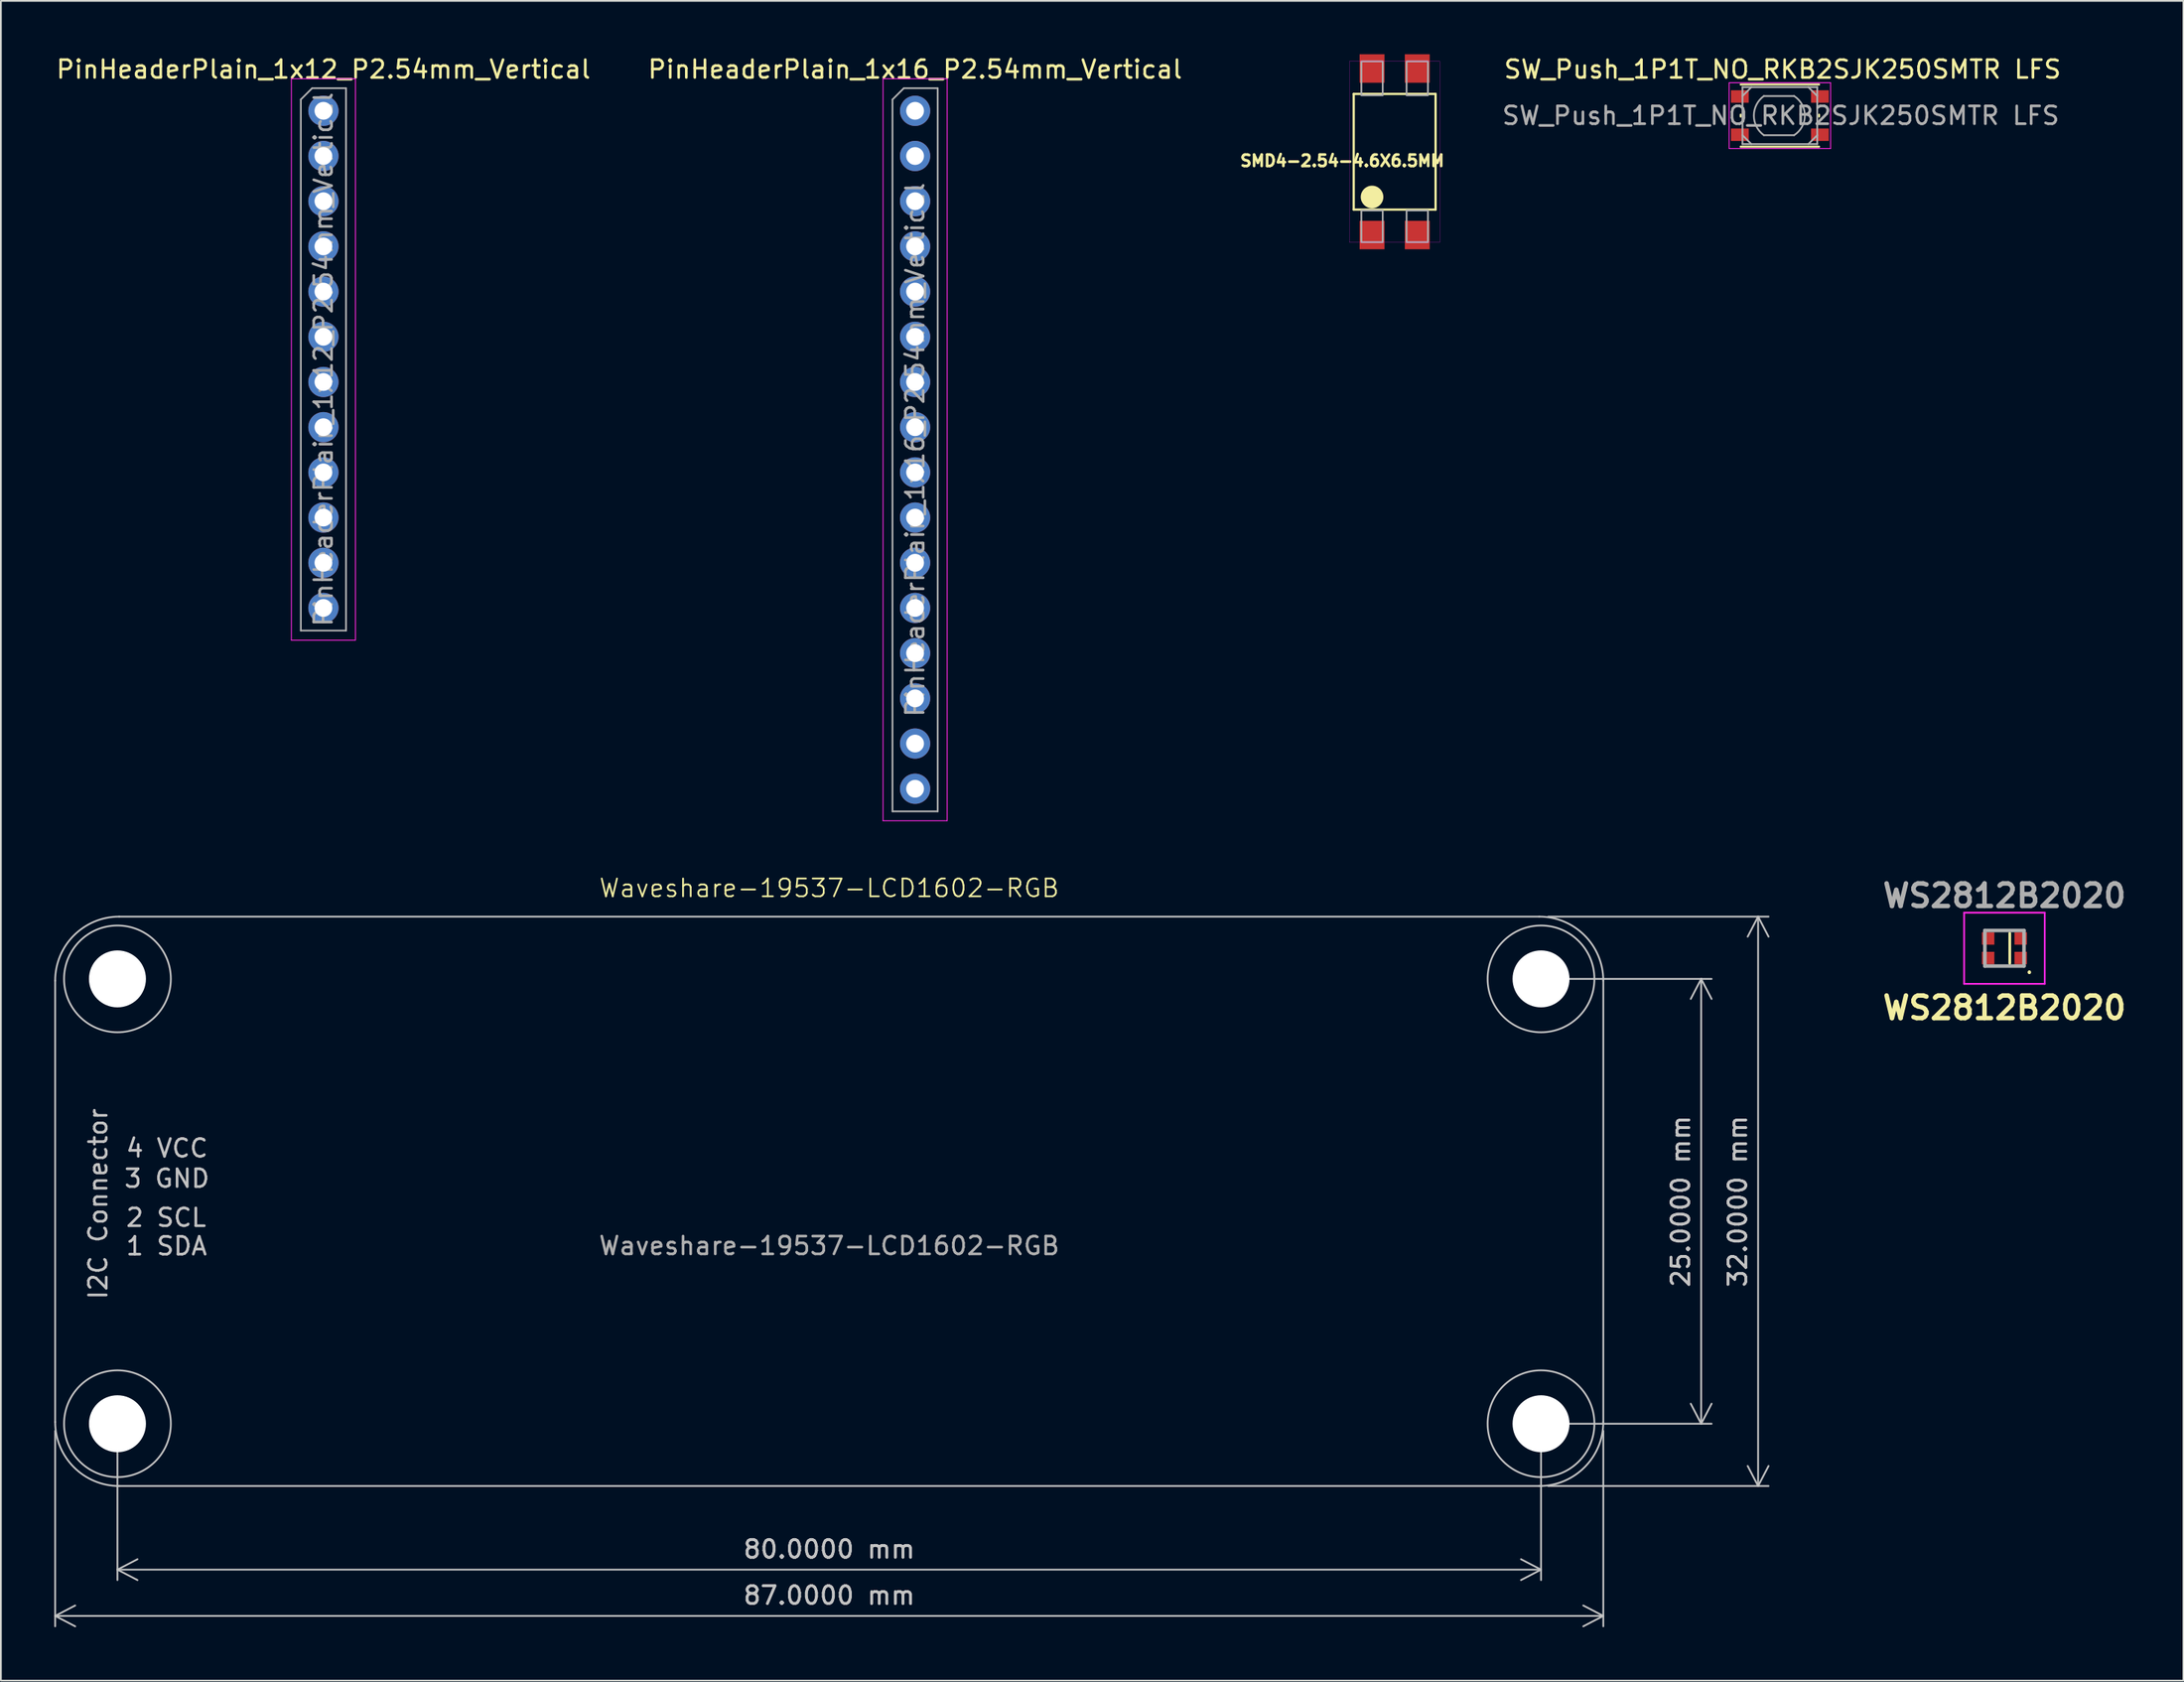
<source format=kicad_pcb>
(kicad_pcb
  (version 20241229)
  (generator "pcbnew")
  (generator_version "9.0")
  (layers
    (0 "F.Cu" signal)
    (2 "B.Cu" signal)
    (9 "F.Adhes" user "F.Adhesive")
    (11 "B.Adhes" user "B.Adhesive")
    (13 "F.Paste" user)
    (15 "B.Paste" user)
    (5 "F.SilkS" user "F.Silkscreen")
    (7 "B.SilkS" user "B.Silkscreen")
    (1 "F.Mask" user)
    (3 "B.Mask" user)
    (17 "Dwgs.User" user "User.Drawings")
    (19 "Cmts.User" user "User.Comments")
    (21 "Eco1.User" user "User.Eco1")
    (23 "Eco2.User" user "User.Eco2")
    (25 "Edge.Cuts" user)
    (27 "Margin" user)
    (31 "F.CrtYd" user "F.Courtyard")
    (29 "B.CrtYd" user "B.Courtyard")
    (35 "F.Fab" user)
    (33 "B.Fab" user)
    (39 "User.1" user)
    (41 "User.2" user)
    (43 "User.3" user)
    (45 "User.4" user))
  (footprint "Waveshare-19537-LCD1602-RGB"
    (layer "F.Cu")
    (at 43.55 64.464)
    (property "Reference" "Waveshare-19537-LCD1602-RGB" (at 0 -17.6 0) (unlocked yes) (layer "F.SilkS") (effects (font (size 1 1) (thickness 0.1))))
    (fp_line (start -43.5 12.4) (end -43.5 -12.4) (stroke (width 0.1) (type default)) (layer "Dwgs.User"))
    (fp_line (start -39.9 -16) (end 39.9 -16) (stroke (width 0.1) (type default)) (layer "Dwgs.User"))
    (fp_line (start 39.9 16) (end -39.9 16) (stroke (width 0.1) (type default)) (layer "Dwgs.User"))
    (fp_line (start 43.5 -12.4) (end 43.5 12.4) (stroke (width 0.1) (type default)) (layer "Dwgs.User"))
    (fp_arc (start -43.5 -12.4) (mid -42.445584 -14.945584) (end -39.9 -16) (stroke (width 0.1) (type default)) (layer "Dwgs.User"))
    (fp_arc (start -39.9 16) (mid -42.445584 14.945584) (end -43.5 12.4) (stroke (width 0.1) (type default)) (layer "Dwgs.User"))
    (fp_arc (start 39.9 -16) (mid 42.445584 -14.945584) (end 43.5 -12.4) (stroke (width 0.1) (type default)) (layer "Dwgs.User"))
    (fp_arc (start 43.5 12.4) (mid 42.445584 14.945584) (end 39.9 16) (stroke (width 0.1) (type default)) (layer "Dwgs.User"))
    (fp_circle (center -40 -12.5) (end -37 -12.5) (stroke (width 0.1) (type default)) (fill no) (layer "Dwgs.User"))
    (fp_circle (center -40 12.5) (end -37 12.5) (stroke (width 0.1) (type default)) (fill no) (layer "Dwgs.User"))
    (fp_circle (center 40 -12.5) (end 43 -12.5) (stroke (width 0.1) (type default)) (fill no) (layer "Dwgs.User"))
    (fp_circle (center 40 12.5) (end 43 12.5) (stroke (width 0.1) (type default)) (fill no) (layer "Dwgs.User"))
    (fp_text user "I2C Connector" (at -40.5 5.6 90) (unlocked yes) (layer "Dwgs.User") (effects (font (size 1 1) (thickness 0.15)) (justify left bottom)))
    (fp_text user "1 SDA" (at -39.6 3.1 0) (unlocked yes) (layer "Dwgs.User") (effects (font (size 1 1) (thickness 0.15)) (justify left bottom)))
    (fp_text user "3 GND" (at -39.7 -0.7 0) (unlocked yes) (layer "Dwgs.User") (effects (font (size 1 1) (thickness 0.15)) (justify left bottom)))
    (fp_text user "4 VCC" (at -39.6 -2.4 0) (unlocked yes) (layer "Dwgs.User") (effects (font (size 1 1) (thickness 0.15)) (justify left bottom)))
    (fp_text user "2 SCL" (at -39.6 1.5 0) (unlocked yes) (layer "Dwgs.User") (effects (font (size 1 1) (thickness 0.15)) (justify left bottom)))
    (fp_text user "${REFERENCE}" (at 0 2.5 0) (unlocked yes) (layer "F.Fab") (effects (font (size 1 1) (thickness 0.15))))
    (dimension (type aligned) (layer "Dwgs.User") (pts (xy 0.05 76.864) (xy 87.05 76.864)) (height 10.9) (format (prefix "") (suffix "") (units 3) (units_format 1) (precision 4)) (style (thickness 0.1) (arrow_length 1.27) (text_position_mode 0) (arrow_direction outward) (extension_height 0.586) (extension_offset 0.5) (keep_text_aligned yes)) (gr_text "87.0000 mm" (at 43.55 86.614 0) (layer "Dwgs.User") (effects (font (size 1 1) (thickness 0.15)))))
    (dimension (type aligned) (layer "Dwgs.User") (pts (xy 83.55 51.964) (xy 83.55 76.964)) (height -9) (format (prefix "") (suffix "") (units 3) (units_format 1) (precision 4)) (style (thickness 0.1) (arrow_length 1.27) (text_position_mode 0) (arrow_direction outward) (extension_height 0.586) (extension_offset 0.5) (keep_text_aligned yes)) (gr_text "25.0000 mm" (at 91.4 64.464 90) (layer "Dwgs.User") (effects (font (size 1 1) (thickness 0.15)))))
    (dimension (type aligned) (layer "Dwgs.User") (pts (xy 83.45 80.464) (xy 83.45 48.464)) (height 12.3) (format (prefix "") (suffix "") (units 3) (units_format 1) (precision 4)) (style (thickness 0.1) (arrow_length 1.27) (text_position_mode 0) (arrow_direction outward) (extension_height 0.586) (extension_offset 0.5) (keep_text_aligned yes)) (gr_text "32.0000 mm" (at 94.6 64.464 90) (layer "Dwgs.User") (effects (font (size 1 1) (thickness 0.15)))))
    (dimension (type aligned) (layer "Dwgs.User") (pts (xy 3.55 76.964) (xy 83.55 76.964)) (height 8.2) (format (prefix "") (suffix "") (units 3) (units_format 1) (precision 4)) (style (thickness 0.1) (arrow_length 1.27) (text_position_mode 0) (arrow_direction outward) (extension_height 0.586) (extension_offset 0.5) (keep_text_aligned yes)) (gr_text "80.0000 mm" (at 43.55 84.014 0) (layer "Dwgs.User") (effects (font (size 1 1) (thickness 0.15)))))
    (pad "" np_thru_hole circle (at -40 -12.5) (size 3.2 3.2) (drill 3.2) (layers "*.Cu" "*.Mask"))
    (pad "" np_thru_hole circle (at -40 12.5) (size 3.2 3.2) (drill 3.2) (layers "*.Cu" "*.Mask"))
    (pad "" np_thru_hole circle (at 40 -12.5) (size 3.2 3.2) (drill 3.2) (layers "*.Cu" "*.Mask"))
    (pad "" np_thru_hole circle (at 40 12.5) (size 3.2 3.2) (drill 3.2) (layers "*.Cu" "*.Mask")))
  (footprint "PinHeaderPlain_1x16_P2.54mm_Vertical"
    (layer "F.Cu")
    (at 48.375 3.178)
    (property "Reference" "PinHeaderPlain_1x16_P2.54mm_Vertical" (at 0 -2.33 0) (layer "F.SilkS") (effects (font (size 1 1) (thickness 0.15))))
    (attr through_hole)
    (fp_line (start -1.8 -1.8) (end -1.8 39.9) (stroke (width 0.05) (type solid)) (layer "F.CrtYd"))
    (fp_line (start -1.8 39.9) (end 1.8 39.9) (stroke (width 0.05) (type solid)) (layer "F.CrtYd"))
    (fp_line (start 1.8 -1.8) (end -1.8 -1.8) (stroke (width 0.05) (type solid)) (layer "F.CrtYd"))
    (fp_line (start 1.8 39.9) (end 1.8 -1.8) (stroke (width 0.05) (type solid)) (layer "F.CrtYd"))
    (fp_line (start -1.27 -0.635) (end -0.635 -1.27) (stroke (width 0.1) (type solid)) (layer "F.Fab"))
    (fp_line (start -1.27 39.37) (end -1.27 -0.635) (stroke (width 0.1) (type solid)) (layer "F.Fab"))
    (fp_line (start -0.635 -1.27) (end 1.27 -1.27) (stroke (width 0.1) (type solid)) (layer "F.Fab"))
    (fp_line (start 1.27 -1.27) (end 1.27 39.37) (stroke (width 0.1) (type solid)) (layer "F.Fab"))
    (fp_line (start 1.27 39.37) (end -1.27 39.37) (stroke (width 0.1) (type solid)) (layer "F.Fab"))
    (fp_text user "${REFERENCE}" (at 0 19.05 90) (layer "F.Fab") (effects (font (size 1 1) (thickness 0.15))))
    (pad "1" thru_hole oval (at 0 0) (size 1.7 1.7) (drill 1) (layers "*.Cu" "*.Mask"))
    (pad "2" thru_hole oval (at 0 2.54) (size 1.7 1.7) (drill 1) (layers "*.Cu" "*.Mask"))
    (pad "3" thru_hole oval (at 0 5.08) (size 1.7 1.7) (drill 1) (layers "*.Cu" "*.Mask"))
    (pad "4" thru_hole oval (at 0 7.62) (size 1.7 1.7) (drill 1) (layers "*.Cu" "*.Mask"))
    (pad "5" thru_hole oval (at 0 10.16) (size 1.7 1.7) (drill 1) (layers "*.Cu" "*.Mask"))
    (pad "6" thru_hole oval (at 0 12.7) (size 1.7 1.7) (drill 1) (layers "*.Cu" "*.Mask"))
    (pad "7" thru_hole oval (at 0 15.24) (size 1.7 1.7) (drill 1) (layers "*.Cu" "*.Mask"))
    (pad "8" thru_hole oval (at 0 17.78) (size 1.7 1.7) (drill 1) (layers "*.Cu" "*.Mask"))
    (pad "9" thru_hole oval (at 0 20.32) (size 1.7 1.7) (drill 1) (layers "*.Cu" "*.Mask"))
    (pad "10" thru_hole oval (at 0 22.86) (size 1.7 1.7) (drill 1) (layers "*.Cu" "*.Mask"))
    (pad "11" thru_hole oval (at 0 25.4) (size 1.7 1.7) (drill 1) (layers "*.Cu" "*.Mask"))
    (pad "12" thru_hole oval (at 0 27.94) (size 1.7 1.7) (drill 1) (layers "*.Cu" "*.Mask"))
    (pad "13" thru_hole oval (at 0 30.48) (size 1.7 1.7) (drill 1) (layers "*.Cu" "*.Mask"))
    (pad "14" thru_hole oval (at 0 33.02) (size 1.7 1.7) (drill 1) (layers "*.Cu" "*.Mask"))
    (pad "15" thru_hole oval (at 0 35.56) (size 1.7 1.7) (drill 1) (layers "*.Cu" "*.Mask"))
    (pad "16" thru_hole oval (at 0 38.1) (size 1.7 1.7) (drill 1) (layers "*.Cu" "*.Mask")))
  (footprint "PinHeaderPlain_1x12_P2.54mm_Vertical"
    (layer "F.Cu")
    (at 15.125 3.178)
    (property "Reference" "PinHeaderPlain_1x12_P2.54mm_Vertical" (at 0 -2.33 0) (layer "F.SilkS") (effects (font (size 1 1) (thickness 0.15))))
    (attr through_hole)
    (fp_line (start -1.8 -1.8) (end -1.8 29.75) (stroke (width 0.05) (type solid)) (layer "F.CrtYd"))
    (fp_line (start -1.8 29.75) (end 1.8 29.75) (stroke (width 0.05) (type solid)) (layer "F.CrtYd"))
    (fp_line (start 1.8 -1.8) (end -1.8 -1.8) (stroke (width 0.05) (type solid)) (layer "F.CrtYd"))
    (fp_line (start 1.8 29.75) (end 1.8 -1.8) (stroke (width 0.05) (type solid)) (layer "F.CrtYd"))
    (fp_line (start -1.27 -0.635) (end -0.635 -1.27) (stroke (width 0.1) (type solid)) (layer "F.Fab"))
    (fp_line (start -1.27 29.21) (end -1.27 -0.635) (stroke (width 0.1) (type solid)) (layer "F.Fab"))
    (fp_line (start -0.635 -1.27) (end 1.27 -1.27) (stroke (width 0.1) (type solid)) (layer "F.Fab"))
    (fp_line (start 1.27 -1.27) (end 1.27 29.21) (stroke (width 0.1) (type solid)) (layer "F.Fab"))
    (fp_line (start 1.27 29.21) (end -1.27 29.21) (stroke (width 0.1) (type solid)) (layer "F.Fab"))
    (fp_text user "${REFERENCE}" (at 0 13.97 90) (layer "F.Fab") (effects (font (size 1 1) (thickness 0.15))))
    (pad "1" thru_hole oval (at 0 0) (size 1.7 1.7) (drill 1) (layers "*.Cu" "*.Mask"))
    (pad "2" thru_hole oval (at 0 2.54) (size 1.7 1.7) (drill 1) (layers "*.Cu" "*.Mask"))
    (pad "3" thru_hole oval (at 0 5.08) (size 1.7 1.7) (drill 1) (layers "*.Cu" "*.Mask"))
    (pad "4" thru_hole oval (at 0 7.62) (size 1.7 1.7) (drill 1) (layers "*.Cu" "*.Mask"))
    (pad "5" thru_hole oval (at 0 10.16) (size 1.7 1.7) (drill 1) (layers "*.Cu" "*.Mask"))
    (pad "6" thru_hole oval (at 0 12.7) (size 1.7 1.7) (drill 1) (layers "*.Cu" "*.Mask"))
    (pad "7" thru_hole oval (at 0 15.24) (size 1.7 1.7) (drill 1) (layers "*.Cu" "*.Mask"))
    (pad "8" thru_hole oval (at 0 17.78) (size 1.7 1.7) (drill 1) (layers "*.Cu" "*.Mask"))
    (pad "9" thru_hole oval (at 0 20.32) (size 1.7 1.7) (drill 1) (layers "*.Cu" "*.Mask"))
    (pad "10" thru_hole oval (at 0 22.86) (size 1.7 1.7) (drill 1) (layers "*.Cu" "*.Mask"))
    (pad "11" thru_hole oval (at 0 25.4) (size 1.7 1.7) (drill 1) (layers "*.Cu" "*.Mask"))
    (pad "12" thru_hole oval (at 0 27.94) (size 1.7 1.7) (drill 1) (layers "*.Cu" "*.Mask")))
  (footprint "WS2812B2020"
    (layer "F.Cu")
    (at 109.592 50.242)
    (property "Reference" "WS2812B2020" (at 0 3.35 0) (layer "F.SilkS") (effects (font (size 1.27 1.27) (thickness 0.254))))
    (attr smd)
    (fp_line (start 0.3 -0.85) (end 0.3 0.85) (stroke (width 0.15) (type solid)) (layer "F.SilkS"))
    (fp_line (start 1.4 1.3) (end 1.4 1.3) (stroke (width 0.1) (type solid)) (layer "F.SilkS"))
    (fp_line (start 1.4 1.4) (end 1.4 1.4) (stroke (width 0.1) (type solid)) (layer "F.SilkS"))
    (fp_arc (start 1.4 1.3) (mid 1.45 1.35) (end 1.4 1.4) (stroke (width 0.1) (type solid)) (layer "F.SilkS"))
    (fp_arc (start 1.4 1.4) (mid 1.35 1.35) (end 1.4 1.3) (stroke (width 0.1) (type solid)) (layer "F.SilkS"))
    (fp_line (start -2.265 -2) (end 2.265 -2) (stroke (width 0.1) (type solid)) (layer "F.CrtYd"))
    (fp_line (start -2.265 2) (end -2.265 -2) (stroke (width 0.1) (type solid)) (layer "F.CrtYd"))
    (fp_line (start 2.265 -2) (end 2.265 2) (stroke (width 0.1) (type solid)) (layer "F.CrtYd"))
    (fp_line (start 2.265 2) (end -2.265 2) (stroke (width 0.1) (type solid)) (layer "F.CrtYd"))
    (fp_line (start -1.1 -1) (end 1.1 -1) (stroke (width 0.2) (type solid)) (layer "F.Fab"))
    (fp_line (start -1.1 1) (end -1.1 -1) (stroke (width 0.2) (type solid)) (layer "F.Fab"))
    (fp_line (start 1.1 -1) (end 1.1 1) (stroke (width 0.2) (type solid)) (layer "F.Fab"))
    (fp_line (start 1.1 1) (end -1.1 1) (stroke (width 0.2) (type solid)) (layer "F.Fab"))
    (fp_text user "${REFERENCE}" (at 0 -2.95 0) (layer "F.Fab") (effects (font (size 1.27 1.27) (thickness 0.254))))
    (pad "1" smd rect (at 0.915 0.55 90) (size 0.7 0.7) (layers "F.Cu" "F.Mask" "F.Paste"))
    (pad "2" smd rect (at 0.915 -0.55 90) (size 0.7 0.7) (layers "F.Cu" "F.Mask" "F.Paste"))
    (pad "3" smd rect (at -0.915 -0.55 90) (size 0.7 0.7) (layers "F.Cu" "F.Mask" "F.Paste"))
    (pad "4" smd rect (at -0.915 0.55 90) (size 0.7 0.7) (layers "F.Cu" "F.Mask" "F.Paste")))
  (footprint "SMD4-2.54-4.6X6.5MM"
    (layer "F.Cu")
    (at 75.324 5.48)
    (property "Reference" "SMD4-2.54-4.6X6.5MM" (at -2.947 0.508 180) (layer "F.SilkS") (effects (font (size 0.64 0.64) (thickness 0.15))))
    (attr through_hole)
    (fp_line (start -2.3 -3.25) (end 2.3 -3.25) (stroke (width 0.127) (type solid)) (layer "F.SilkS"))
    (fp_line (start -2.3 3.25) (end -2.3 -3.25) (stroke (width 0.127) (type solid)) (layer "F.SilkS"))
    (fp_line (start 2.3 -3.25) (end 2.3 3.25) (stroke (width 0.127) (type solid)) (layer "F.SilkS"))
    (fp_line (start 2.3 3.25) (end -2.3 3.25) (stroke (width 0.127) (type solid)) (layer "F.SilkS"))
    (fp_circle (center -1.27 2.54) (end -0.635 2.54) (stroke (width 0) (type solid)) (fill yes) (layer "F.SilkS"))
    (fp_poly (pts (xy -2.545 -5.08) (xy 2.54 -5.08) (xy 2.54 5.09) (xy -2.545 5.09)) (stroke (width 0.01) (type solid)) (fill no) (layer "F.CrtYd"))
    (fp_poly (pts (xy -1.87 -5.08) (xy -0.67 -5.08) (xy -0.67 -3.175) (xy -1.87 -3.175)) (stroke (width 0.1) (type solid)) (fill no) (layer "F.Fab"))
    (fp_poly (pts (xy -1.87 3.3) (xy -0.67 3.3) (xy -0.67 5.08) (xy -1.87 5.08)) (stroke (width 0.1) (type solid)) (fill no) (layer "F.Fab"))
    (fp_poly (pts (xy 0.67 -5.08) (xy 1.87 -5.08) (xy 1.87 -3.175) (xy 0.67 -3.175)) (stroke (width 0.1) (type solid)) (fill no) (layer "F.Fab"))
    (fp_poly (pts (xy 0.67 3.3) (xy 1.87 3.3) (xy 1.87 5.08) (xy 0.67 5.08)) (stroke (width 0.1) (type solid)) (fill no) (layer "F.Fab"))
    (pad "1" smd rect (at -1.27 4.68 90) (size 1.6 1.4) (layers "F.Cu" "F.Mask" "F.Paste"))
    (pad "2" smd rect (at 1.27 4.68 90) (size 1.6 1.4) (layers "F.Cu" "F.Mask" "F.Paste"))
    (pad "3" smd rect (at 1.27 -4.68 90) (size 1.6 1.4) (layers "F.Cu" "F.Mask" "F.Paste"))
    (pad "4" smd rect (at -1.27 -4.68 90) (size 1.6 1.4) (layers "F.Cu" "F.Mask" "F.Paste")))
  (footprint "SW_Push_1P1T_NO_RKB2SJK250SMTR LFS"
    (layer "F.Cu")
    (at 96.972 3.448)
    (property "Reference" "SW_Push_1P1T_NO_RKB2SJK250SMTR LFS" (at 0.15 -2.6 0) (layer "F.SilkS") (effects (font (size 1 1) (thickness 0.15))))
    (attr smd)
    (fp_line (start -2.2 0.05) (end -2.2 -0.05) (stroke (width 0.12) (type solid)) (layer "F.SilkS"))
    (fp_line (start -2.2 1.75) (end 2.2 1.75) (stroke (width 0.12) (type solid)) (layer "F.SilkS"))
    (fp_line (start 2.2 -1.75) (end -2.2 -1.75) (stroke (width 0.12) (type solid)) (layer "F.SilkS"))
    (fp_line (start 2.2 0.05) (end 2.2 -0.05) (stroke (width 0.12) (type solid)) (layer "F.SilkS"))
    (fp_line (start -2.85 -1.85) (end 2.85 -1.85) (stroke (width 0.05) (type solid)) (layer "F.CrtYd"))
    (fp_line (start -2.85 1.85) (end -2.85 -1.85) (stroke (width 0.05) (type solid)) (layer "F.CrtYd"))
    (fp_line (start 2.85 -1.85) (end 2.85 1.85) (stroke (width 0.05) (type solid)) (layer "F.CrtYd"))
    (fp_line (start 2.85 1.85) (end -2.85 1.85) (stroke (width 0.05) (type solid)) (layer "F.CrtYd"))
    (fp_line (start -2.1 -1.6) (end 2.1 -1.6) (stroke (width 0.1) (type solid)) (layer "F.Fab"))
    (fp_line (start -2.1 -1.1) (end -1.6 -1.6) (stroke (width 0.1) (type solid)) (layer "F.Fab"))
    (fp_line (start -2.1 1.1) (end -1.6 1.6) (stroke (width 0.1) (type solid)) (layer "F.Fab"))
    (fp_line (start -2.1 1.6) (end -2.1 -1.6) (stroke (width 0.1) (type solid)) (layer "F.Fab"))
    (fp_line (start -0.9 -1.1) (end 0.8 -1.1) (stroke (width 0.1) (type solid)) (layer "F.Fab"))
    (fp_line (start 0.8 1.1) (end -0.9 1.1) (stroke (width 0.1) (type solid)) (layer "F.Fab"))
    (fp_line (start 1.6 -1.6) (end 2.1 -1.1) (stroke (width 0.1) (type solid)) (layer "F.Fab"))
    (fp_line (start 1.6 1.6) (end 2.1 1.1) (stroke (width 0.1) (type solid)) (layer "F.Fab"))
    (fp_line (start 2.1 -1.6) (end 2.1 1.6) (stroke (width 0.1) (type solid)) (layer "F.Fab"))
    (fp_line (start 2.1 1.6) (end -2.1 1.6) (stroke (width 0.1) (type solid)) (layer "F.Fab"))
    (fp_arc (start -0.9 1.099999) (mid -1.460147 0) (end -0.9 -1.099999) (stroke (width 0.1) (type solid)) (layer "F.Fab"))
    (fp_arc (start 0.8 -1.099999) (mid 1.40384 0) (end 0.799999 1.099999) (stroke (width 0.1) (type solid)) (layer "F.Fab"))
    (fp_text user "${REFERENCE}" (at 0.05 0 0) (layer "F.Fab") (effects (font (size 1 1) (thickness 0.15))))
    (pad "1" smd rect (at -2.25 -1.075) (size 1 0.7) (layers "F.Cu" "F.Mask" "F.Paste"))
    (pad "1" smd rect (at 2.25 -1.075) (size 1 0.7) (layers "F.Cu" "F.Mask" "F.Paste"))
    (pad "2" smd rect (at -2.25 1.075) (size 1 0.7) (layers "F.Cu" "F.Mask" "F.Paste"))
    (pad "2" smd rect (at 2.25 1.075) (size 1 0.7) (layers "F.Cu" "F.Mask" "F.Paste")))
  (gr_rect
    (start -3 -3)
    (end 119.65 91.4)
    (stroke (width 0.1) (type default))
    (fill no)
    (layer "Edge.Cuts")))
</source>
